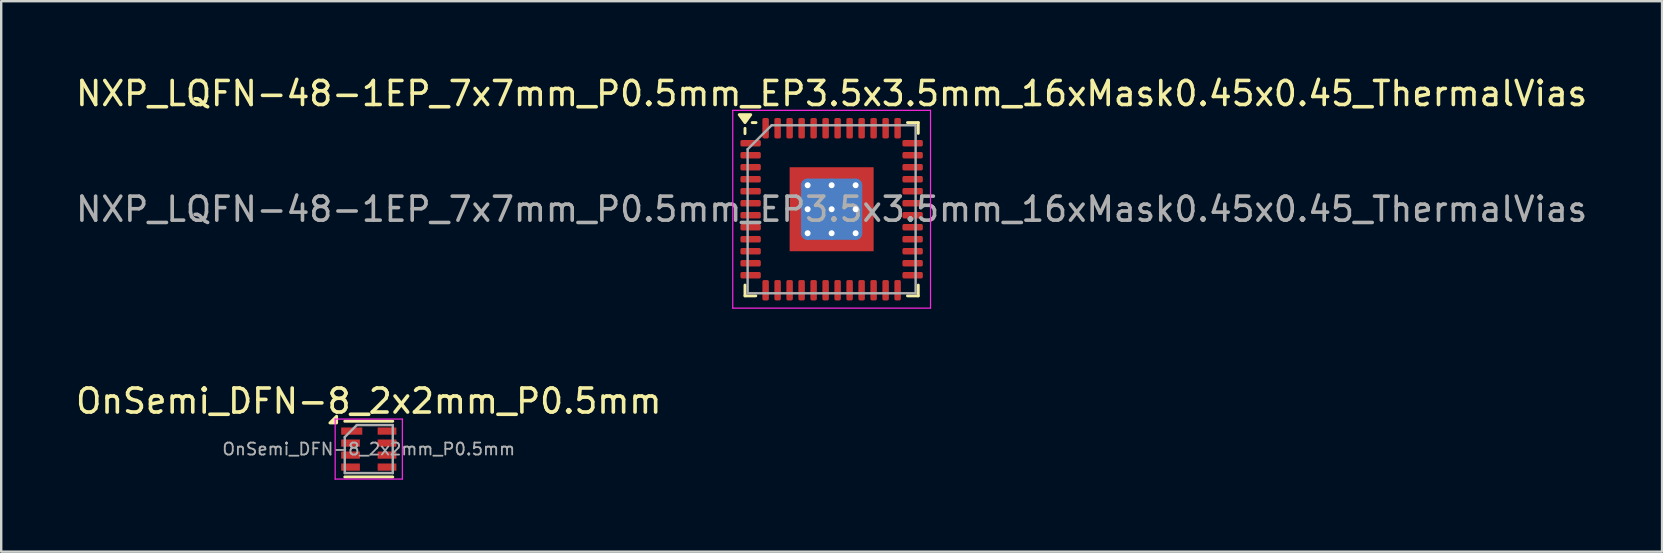
<source format=kicad_pcb>
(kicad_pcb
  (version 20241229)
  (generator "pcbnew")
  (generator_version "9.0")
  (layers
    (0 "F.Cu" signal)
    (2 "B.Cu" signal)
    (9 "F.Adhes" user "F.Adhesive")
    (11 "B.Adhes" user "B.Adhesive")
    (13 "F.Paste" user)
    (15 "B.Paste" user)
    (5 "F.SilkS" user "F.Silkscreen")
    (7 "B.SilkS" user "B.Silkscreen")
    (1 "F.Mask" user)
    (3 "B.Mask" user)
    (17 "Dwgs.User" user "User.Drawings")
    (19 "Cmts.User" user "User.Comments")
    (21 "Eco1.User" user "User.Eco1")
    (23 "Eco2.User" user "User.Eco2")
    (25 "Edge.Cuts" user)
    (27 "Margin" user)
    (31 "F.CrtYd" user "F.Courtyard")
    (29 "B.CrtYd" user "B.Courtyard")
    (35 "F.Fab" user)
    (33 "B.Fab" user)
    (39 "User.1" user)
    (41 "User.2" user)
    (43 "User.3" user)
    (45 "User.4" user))
  (footprint "OnSemi_DFN-8_2x2mm_P0.5mm"
    (layer "F.Cu")
    (at 12.315 15.662)
    (property "Reference" "OnSemi_DFN-8_2x2mm_P0.5mm" (at 0 -2 0) (layer "F.SilkS") (effects (font (size 1 1) (thickness 0.15))))
    (attr smd)
    (fp_line (start -1 -1.16) (end 1 -1.16) (stroke (width 0.12) (type solid)) (layer "F.SilkS"))
    (fp_line (start -1 1.16) (end 1 1.16) (stroke (width 0.12) (type solid)) (layer "F.SilkS"))
    (fp_poly (pts (xy -1.34 -1.09) (xy -1.62 -1.09) (xy -1.34 -1.37) (xy -1.34 -1.09)) (stroke (width 0.12) (type solid)) (fill yes) (layer "F.SilkS"))
    (fp_line (start -1.4 -1.25) (end -1.4 1.25) (stroke (width 0.05) (type solid)) (layer "F.CrtYd"))
    (fp_line (start -1.4 -1.25) (end 1.4 -1.25) (stroke (width 0.05) (type solid)) (layer "F.CrtYd"))
    (fp_line (start -1.4 1.25) (end 1.4 1.25) (stroke (width 0.05) (type solid)) (layer "F.CrtYd"))
    (fp_line (start 1.4 -1.25) (end 1.4 1.25) (stroke (width 0.05) (type solid)) (layer "F.CrtYd"))
    (fp_line (start -1 -0.5) (end -0.5 -1) (stroke (width 0.1) (type solid)) (layer "F.Fab"))
    (fp_line (start -1 1) (end -1 -0.5) (stroke (width 0.1) (type solid)) (layer "F.Fab"))
    (fp_line (start -0.5 -1) (end 1 -1) (stroke (width 0.1) (type solid)) (layer "F.Fab"))
    (fp_line (start 1 -1) (end 1 1) (stroke (width 0.1) (type solid)) (layer "F.Fab"))
    (fp_line (start 1 1) (end -1 1) (stroke (width 0.1) (type solid)) (layer "F.Fab"))
    (fp_text user "${REFERENCE}" (at 0 0 0) (layer "F.Fab") (effects (font (size 0.5 0.5) (thickness 0.075))))
    (pad "1" smd rect (at -0.71 -0.75) (size 0.88 0.3) (layers "F.Cu" "F.Mask" "F.Paste"))
    (pad "2" smd rect (at -0.76 -0.25) (size 0.78 0.3) (layers "F.Cu" "F.Mask" "F.Paste"))
    (pad "3" smd rect (at -0.76 0.25) (size 0.78 0.3) (layers "F.Cu" "F.Mask" "F.Paste"))
    (pad "4" smd rect (at -0.76 0.75) (size 0.78 0.3) (layers "F.Cu" "F.Mask" "F.Paste"))
    (pad "5" smd rect (at 0.76 0.75) (size 0.78 0.3) (layers "F.Cu" "F.Mask" "F.Paste"))
    (pad "6" smd rect (at 0.76 0.25) (size 0.78 0.3) (layers "F.Cu" "F.Mask" "F.Paste"))
    (pad "7" smd rect (at 0.76 -0.25) (size 0.78 0.3) (layers "F.Cu" "F.Mask" "F.Paste"))
    (pad "8" smd rect (at 0.76 -0.75) (size 0.78 0.3) (layers "F.Cu" "F.Mask" "F.Paste")))
  (footprint "NXP_LQFN-48-1EP_7x7mm_P0.5mm_EP3.5x3.5mm_16xMask0.45x0.45_ThermalVias"
    (layer "F.Cu")
    (at 31.601 5.668)
    (property "Reference" "NXP_LQFN-48-1EP_7x7mm_P0.5mm_EP3.5x3.5mm_16xMask0.45x0.45_ThermalVias" (at 0 -4.82 0) (layer "F.SilkS") (effects (font (size 1 1) (thickness 0.15))))
    (attr smd)
    (fp_line (start -3.61 -3.37) (end -3.61 -3.15) (stroke (width 0.12) (type solid)) (layer "F.SilkS"))
    (fp_line (start -3.61 3.61) (end -3.61 3.16) (stroke (width 0.12) (type solid)) (layer "F.SilkS"))
    (fp_line (start -3.16 3.61) (end -3.61 3.61) (stroke (width 0.12) (type solid)) (layer "F.SilkS"))
    (fp_line (start -3.15 -3.61) (end -3.31 -3.61) (stroke (width 0.12) (type solid)) (layer "F.SilkS"))
    (fp_line (start 3.16 -3.61) (end 3.61 -3.61) (stroke (width 0.12) (type solid)) (layer "F.SilkS"))
    (fp_line (start 3.16 3.61) (end 3.61 3.61) (stroke (width 0.12) (type solid)) (layer "F.SilkS"))
    (fp_line (start 3.61 -3.61) (end 3.61 -3.16) (stroke (width 0.12) (type solid)) (layer "F.SilkS"))
    (fp_line (start 3.61 3.61) (end 3.61 3.16) (stroke (width 0.12) (type solid)) (layer "F.SilkS"))
    (fp_poly (pts (xy -3.61 -3.61) (xy -3.85 -3.94) (xy -3.37 -3.94) (xy -3.61 -3.61)) (stroke (width 0.12) (type solid)) (fill yes) (layer "F.SilkS"))
    (fp_line (start -4.12 -4.12) (end -4.12 4.12) (stroke (width 0.05) (type solid)) (layer "F.CrtYd"))
    (fp_line (start -4.12 4.12) (end 4.12 4.12) (stroke (width 0.05) (type solid)) (layer "F.CrtYd"))
    (fp_line (start 4.12 -4.12) (end -4.12 -4.12) (stroke (width 0.05) (type solid)) (layer "F.CrtYd"))
    (fp_line (start 4.12 4.12) (end 4.12 -4.12) (stroke (width 0.05) (type solid)) (layer "F.CrtYd"))
    (fp_line (start -3.5 -2.5) (end -2.5 -3.5) (stroke (width 0.1) (type solid)) (layer "F.Fab"))
    (fp_line (start -3.5 3.5) (end -3.5 -2.5) (stroke (width 0.1) (type solid)) (layer "F.Fab"))
    (fp_line (start -2.5 -3.5) (end 3.5 -3.5) (stroke (width 0.1) (type solid)) (layer "F.Fab"))
    (fp_line (start 3.5 -3.5) (end 3.5 3.5) (stroke (width 0.1) (type solid)) (layer "F.Fab"))
    (fp_line (start 3.5 3.5) (end -3.5 3.5) (stroke (width 0.1) (type solid)) (layer "F.Fab"))
    (fp_text user "${REFERENCE}" (at 0 0 0) (layer "F.Fab") (effects (font (size 1 1) (thickness 0.15))))
    (pad "" smd rect (at -1.5 -1.5) (size 0.45 0.45) (layers "F.Mask" "F.Paste"))
    (pad "" smd rect (at -1.5 -0.5) (size 0.45 0.45) (layers "F.Mask" "F.Paste"))
    (pad "" smd rect (at -1.5 0.5) (size 0.45 0.45) (layers "F.Mask" "F.Paste"))
    (pad "" smd rect (at -1.5 1.5) (size 0.45 0.45) (layers "F.Mask" "F.Paste"))
    (pad "" smd rect (at -0.5 -1.5) (size 0.45 0.45) (layers "F.Mask" "F.Paste"))
    (pad "" smd rect (at -0.5 -0.5) (size 0.45 0.45) (layers "F.Mask" "F.Paste"))
    (pad "" smd rect (at -0.5 0.5) (size 0.45 0.45) (layers "F.Mask" "F.Paste"))
    (pad "" smd rect (at -0.5 1.5) (size 0.45 0.45) (layers "F.Mask" "F.Paste"))
    (pad "" smd rect (at 0.5 -1.5) (size 0.45 0.45) (layers "F.Mask" "F.Paste"))
    (pad "" smd rect (at 0.5 -0.5) (size 0.45 0.45) (layers "F.Mask" "F.Paste"))
    (pad "" smd rect (at 0.5 0.5) (size 0.45 0.45) (layers "F.Mask" "F.Paste"))
    (pad "" smd rect (at 0.5 1.5) (size 0.45 0.45) (layers "F.Mask" "F.Paste"))
    (pad "" smd rect (at 1.5 -1.5) (size 0.45 0.45) (layers "F.Mask" "F.Paste"))
    (pad "" smd rect (at 1.5 -0.5) (size 0.45 0.45) (layers "F.Mask" "F.Paste"))
    (pad "" smd rect (at 1.5 0.5) (size 0.45 0.45) (layers "F.Mask" "F.Paste"))
    (pad "" smd rect (at 1.5 1.5) (size 0.45 0.45) (layers "F.Mask" "F.Paste"))
    (pad "1" smd roundrect (at -3.375 -2.75) (size 0.85 0.27) (layers "F.Cu" "F.Mask" "F.Paste") (roundrect_rratio 0.25))
    (pad "2" smd roundrect (at -3.375 -2.25) (size 0.85 0.27) (layers "F.Cu" "F.Mask" "F.Paste") (roundrect_rratio 0.25))
    (pad "3" smd roundrect (at -3.375 -1.75) (size 0.85 0.27) (layers "F.Cu" "F.Mask" "F.Paste") (roundrect_rratio 0.25))
    (pad "4" smd roundrect (at -3.375 -1.25) (size 0.85 0.27) (layers "F.Cu" "F.Mask" "F.Paste") (roundrect_rratio 0.25))
    (pad "5" smd roundrect (at -3.375 -0.75) (size 0.85 0.27) (layers "F.Cu" "F.Mask" "F.Paste") (roundrect_rratio 0.25))
    (pad "6" smd roundrect (at -3.375 -0.25) (size 0.85 0.27) (layers "F.Cu" "F.Mask" "F.Paste") (roundrect_rratio 0.25))
    (pad "7" smd roundrect (at -3.375 0.25) (size 0.85 0.27) (layers "F.Cu" "F.Mask" "F.Paste") (roundrect_rratio 0.25))
    (pad "8" smd roundrect (at -3.375 0.75) (size 0.85 0.27) (layers "F.Cu" "F.Mask" "F.Paste") (roundrect_rratio 0.25))
    (pad "9" smd roundrect (at -3.375 1.25) (size 0.85 0.27) (layers "F.Cu" "F.Mask" "F.Paste") (roundrect_rratio 0.25))
    (pad "10" smd roundrect (at -3.375 1.75) (size 0.85 0.27) (layers "F.Cu" "F.Mask" "F.Paste") (roundrect_rratio 0.25))
    (pad "11" smd roundrect (at -3.375 2.25) (size 0.85 0.27) (layers "F.Cu" "F.Mask" "F.Paste") (roundrect_rratio 0.25))
    (pad "12" smd roundrect (at -3.375 2.75) (size 0.85 0.27) (layers "F.Cu" "F.Mask" "F.Paste") (roundrect_rratio 0.25))
    (pad "13" smd roundrect (at -2.75 3.375) (size 0.27 0.85) (layers "F.Cu" "F.Mask" "F.Paste") (roundrect_rratio 0.25))
    (pad "14" smd roundrect (at -2.25 3.375) (size 0.27 0.85) (layers "F.Cu" "F.Mask" "F.Paste") (roundrect_rratio 0.25))
    (pad "15" smd roundrect (at -1.75 3.375) (size 0.27 0.85) (layers "F.Cu" "F.Mask" "F.Paste") (roundrect_rratio 0.25))
    (pad "16" smd roundrect (at -1.25 3.375) (size 0.27 0.85) (layers "F.Cu" "F.Mask" "F.Paste") (roundrect_rratio 0.25))
    (pad "17" smd roundrect (at -0.75 3.375) (size 0.27 0.85) (layers "F.Cu" "F.Mask" "F.Paste") (roundrect_rratio 0.25))
    (pad "18" smd roundrect (at -0.25 3.375) (size 0.27 0.85) (layers "F.Cu" "F.Mask" "F.Paste") (roundrect_rratio 0.25))
    (pad "19" smd roundrect (at 0.25 3.375) (size 0.27 0.85) (layers "F.Cu" "F.Mask" "F.Paste") (roundrect_rratio 0.25))
    (pad "20" smd roundrect (at 0.75 3.375) (size 0.27 0.85) (layers "F.Cu" "F.Mask" "F.Paste") (roundrect_rratio 0.25))
    (pad "21" smd roundrect (at 1.25 3.375) (size 0.27 0.85) (layers "F.Cu" "F.Mask" "F.Paste") (roundrect_rratio 0.25))
    (pad "22" smd roundrect (at 1.75 3.375) (size 0.27 0.85) (layers "F.Cu" "F.Mask" "F.Paste") (roundrect_rratio 0.25))
    (pad "23" smd roundrect (at 2.25 3.375) (size 0.27 0.85) (layers "F.Cu" "F.Mask" "F.Paste") (roundrect_rratio 0.25))
    (pad "24" smd roundrect (at 2.75 3.375) (size 0.27 0.85) (layers "F.Cu" "F.Mask" "F.Paste") (roundrect_rratio 0.25))
    (pad "25" smd roundrect (at 3.375 2.75) (size 0.85 0.27) (layers "F.Cu" "F.Mask" "F.Paste") (roundrect_rratio 0.25))
    (pad "26" smd roundrect (at 3.375 2.25) (size 0.85 0.27) (layers "F.Cu" "F.Mask" "F.Paste") (roundrect_rratio 0.25))
    (pad "27" smd roundrect (at 3.375 1.75) (size 0.85 0.27) (layers "F.Cu" "F.Mask" "F.Paste") (roundrect_rratio 0.25))
    (pad "28" smd roundrect (at 3.375 1.25) (size 0.85 0.27) (layers "F.Cu" "F.Mask" "F.Paste") (roundrect_rratio 0.25))
    (pad "29" smd roundrect (at 3.375 0.75) (size 0.85 0.27) (layers "F.Cu" "F.Mask" "F.Paste") (roundrect_rratio 0.25))
    (pad "30" smd roundrect (at 3.375 0.25) (size 0.85 0.27) (layers "F.Cu" "F.Mask" "F.Paste") (roundrect_rratio 0.25))
    (pad "31" smd roundrect (at 3.375 -0.25) (size 0.85 0.27) (layers "F.Cu" "F.Mask" "F.Paste") (roundrect_rratio 0.25))
    (pad "32" smd roundrect (at 3.375 -0.75) (size 0.85 0.27) (layers "F.Cu" "F.Mask" "F.Paste") (roundrect_rratio 0.25))
    (pad "33" smd roundrect (at 3.375 -1.25) (size 0.85 0.27) (layers "F.Cu" "F.Mask" "F.Paste") (roundrect_rratio 0.25))
    (pad "34" smd roundrect (at 3.375 -1.75) (size 0.85 0.27) (layers "F.Cu" "F.Mask" "F.Paste") (roundrect_rratio 0.25))
    (pad "35" smd roundrect (at 3.375 -2.25) (size 0.85 0.27) (layers "F.Cu" "F.Mask" "F.Paste") (roundrect_rratio 0.25))
    (pad "36" smd roundrect (at 3.375 -2.75) (size 0.85 0.27) (layers "F.Cu" "F.Mask" "F.Paste") (roundrect_rratio 0.25))
    (pad "37" smd roundrect (at 2.75 -3.375) (size 0.27 0.85) (layers "F.Cu" "F.Mask" "F.Paste") (roundrect_rratio 0.25))
    (pad "38" smd roundrect (at 2.25 -3.375) (size 0.27 0.85) (layers "F.Cu" "F.Mask" "F.Paste") (roundrect_rratio 0.25))
    (pad "39" smd roundrect (at 1.75 -3.375) (size 0.27 0.85) (layers "F.Cu" "F.Mask" "F.Paste") (roundrect_rratio 0.25))
    (pad "40" smd roundrect (at 1.25 -3.375) (size 0.27 0.85) (layers "F.Cu" "F.Mask" "F.Paste") (roundrect_rratio 0.25))
    (pad "41" smd roundrect (at 0.75 -3.375) (size 0.27 0.85) (layers "F.Cu" "F.Mask" "F.Paste") (roundrect_rratio 0.25))
    (pad "42" smd roundrect (at 0.25 -3.375) (size 0.27 0.85) (layers "F.Cu" "F.Mask" "F.Paste") (roundrect_rratio 0.25))
    (pad "43" smd roundrect (at -0.25 -3.375) (size 0.27 0.85) (layers "F.Cu" "F.Mask" "F.Paste") (roundrect_rratio 0.25))
    (pad "44" smd roundrect (at -0.75 -3.375) (size 0.27 0.85) (layers "F.Cu" "F.Mask" "F.Paste") (roundrect_rratio 0.25))
    (pad "45" smd roundrect (at -1.25 -3.375) (size 0.27 0.85) (layers "F.Cu" "F.Mask" "F.Paste") (roundrect_rratio 0.25))
    (pad "46" smd roundrect (at -1.75 -3.375) (size 0.27 0.85) (layers "F.Cu" "F.Mask" "F.Paste") (roundrect_rratio 0.25))
    (pad "47" smd roundrect (at -2.25 -3.375) (size 0.27 0.85) (layers "F.Cu" "F.Mask" "F.Paste") (roundrect_rratio 0.25))
    (pad "48" smd roundrect (at -2.75 -3.375) (size 0.27 0.85) (layers "F.Cu" "F.Mask" "F.Paste") (roundrect_rratio 0.25))
    (pad "49" thru_hole circle (at -1 -1) (size 0.55 0.55) (drill 0.25) (layers "*.Cu"))
    (pad "49" thru_hole circle (at -1 0) (size 0.55 0.55) (drill 0.25) (layers "*.Cu"))
    (pad "49" thru_hole circle (at -1 1) (size 0.55 0.55) (drill 0.25) (layers "*.Cu"))
    (pad "49" thru_hole circle (at 0 -1) (size 0.55 0.55) (drill 0.25) (layers "*.Cu"))
    (pad "49" thru_hole circle (at 0 0) (size 0.55 0.55) (drill 0.25) (layers "*.Cu"))
    (pad "49" smd roundrect (at 0 0) (size 2.55 2.55) (layers "B.Cu") (roundrect_rratio 0.115))
    (pad "49" smd rect (at 0 0) (size 3.5 3.5) (layers "F.Cu"))
    (pad "49" thru_hole circle (at 0 1) (size 0.55 0.55) (drill 0.25) (layers "*.Cu"))
    (pad "49" thru_hole circle (at 1 -1) (size 0.55 0.55) (drill 0.25) (layers "*.Cu"))
    (pad "49" thru_hole circle (at 1 0) (size 0.55 0.55) (drill 0.25) (layers "*.Cu"))
    (pad "49" thru_hole circle (at 1 1) (size 0.55 0.55) (drill 0.25) (layers "*.Cu")))
  (gr_rect
    (start -3 -3)
    (end 66.202 19.936)
    (stroke (width 0.1) (type default))
    (fill no)
    (layer "Edge.Cuts")))
</source>
